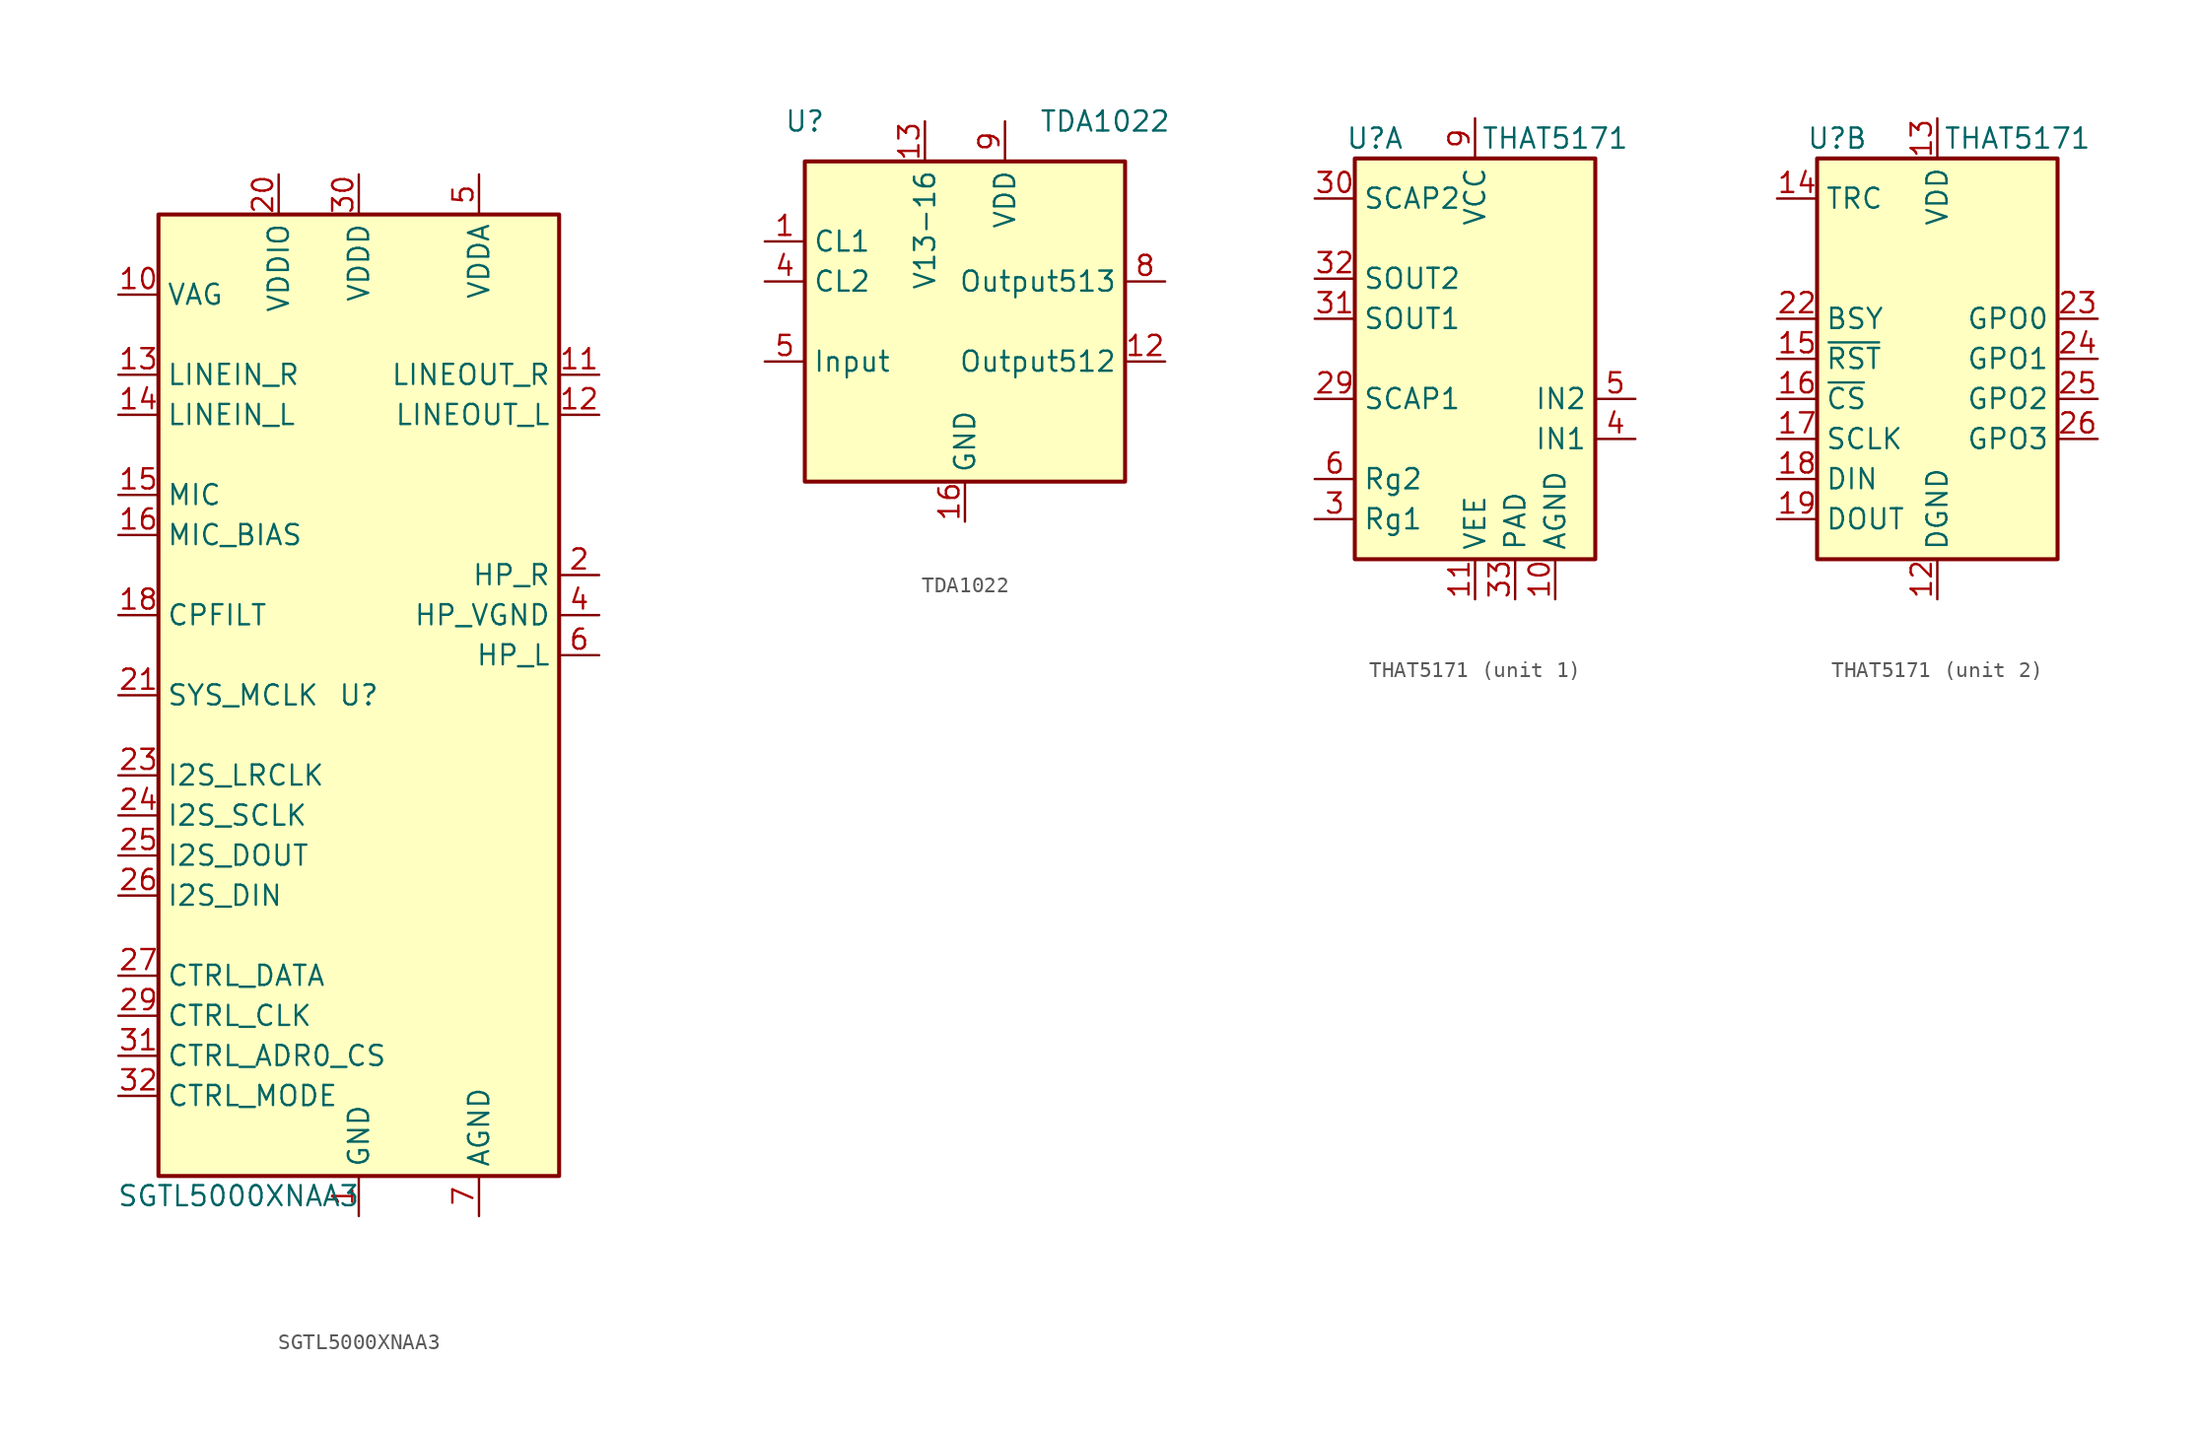
<source format=kicad_sym>
(kicad_symbol_lib
  (version 20200908)
  (generator kicad_symbol_editor)
  (symbol "Audio:SGTL5000XNAA3"
    (property "Reference" "U"
      (at 0 0 0)
      (effects (font (size 1.27 1.27))))
    (property "Value" "SGTL5000XNAA3"
      (at -7.62 -31.75 0)
      (effects (font (size 1.27 1.27))))
    (symbol "SGTL5000XNAA3_0_1"
      (rectangle (start -12.7 30.48) (end 12.7 -30.48) (stroke (width 0.254)) (fill (type background))))
    (symbol "SGTL5000XNAA3_1_1"
      (pin power_in line (at 0 -33.02 90) (length 2.54) (name "GND" (effects (font (size 1.27 1.27)))) (number "1" (effects (font (size 1.27 1.27)))))
      (pin passive line (at -15.24 25.4 0) (length 2.54) (name "VAG" (effects (font (size 1.27 1.27)))) (number "10" (effects (font (size 1.27 1.27)))))
      (pin output line (at 15.24 20.32 180) (length 2.54) (name "LINEOUT_R" (effects (font (size 1.27 1.27)))) (number "11" (effects (font (size 1.27 1.27)))))
      (pin output line (at 15.24 17.78 180) (length 2.54) (name "LINEOUT_L" (effects (font (size 1.27 1.27)))) (number "12" (effects (font (size 1.27 1.27)))))
      (pin input line (at -15.24 20.32 0) (length 2.54) (name "LINEIN_R" (effects (font (size 1.27 1.27)))) (number "13" (effects (font (size 1.27 1.27)))))
      (pin input line (at -15.24 17.78 0) (length 2.54) (name "LINEIN_L" (effects (font (size 1.27 1.27)))) (number "14" (effects (font (size 1.27 1.27)))))
      (pin input line (at -15.24 12.7 0) (length 2.54) (name "MIC" (effects (font (size 1.27 1.27)))) (number "15" (effects (font (size 1.27 1.27)))))
      (pin input line (at -15.24 10.16 0) (length 2.54) (name "MIC_BIAS" (effects (font (size 1.27 1.27)))) (number "16" (effects (font (size 1.27 1.27)))))
      (pin unconnected line (at 10.16 -20.32 0) (length 2.54) hide (name "NC" (effects (font (size 1.27 1.27)))) (number "17" (effects (font (size 1.27 1.27)))))
      (pin input line (at -15.24 5.08 0) (length 2.54) (name "CPFILT" (effects (font (size 1.27 1.27)))) (number "18" (effects (font (size 1.27 1.27)))))
      (pin unconnected line (at 10.16 -2.54 0) (length 2.54) hide (name "NC" (effects (font (size 1.27 1.27)))) (number "19" (effects (font (size 1.27 1.27)))))
      (pin output line (at 15.24 7.62 180) (length 2.54) (name "HP_R" (effects (font (size 1.27 1.27)))) (number "2" (effects (font (size 1.27 1.27)))))
      (pin power_in line (at -5.08 33.02 270) (length 2.54) (name "VDDIO" (effects (font (size 1.27 1.27)))) (number "20" (effects (font (size 1.27 1.27)))))
      (pin input line (at -15.24 0 0) (length 2.54) (name "SYS_MCLK" (effects (font (size 1.27 1.27)))) (number "21" (effects (font (size 1.27 1.27)))))
      (pin unconnected line (at 10.16 -5.08 0) (length 2.54) hide (name "NC" (effects (font (size 1.27 1.27)))) (number "22" (effects (font (size 1.27 1.27)))))
      (pin input line (at -15.24 -5.08 0) (length 2.54) (name "I2S_LRCLK" (effects (font (size 1.27 1.27)))) (number "23" (effects (font (size 1.27 1.27)))))
      (pin input line (at -15.24 -7.62 0) (length 2.54) (name "I2S_SCLK" (effects (font (size 1.27 1.27)))) (number "24" (effects (font (size 1.27 1.27)))))
      (pin output line (at -15.24 -10.16 0) (length 2.54) (name "I2S_DOUT" (effects (font (size 1.27 1.27)))) (number "25" (effects (font (size 1.27 1.27)))))
      (pin input line (at -15.24 -12.7 0) (length 2.54) (name "I2S_DIN" (effects (font (size 1.27 1.27)))) (number "26" (effects (font (size 1.27 1.27)))))
      (pin input line (at -15.24 -17.78 0) (length 2.54) (name "CTRL_DATA" (effects (font (size 1.27 1.27)))) (number "27" (effects (font (size 1.27 1.27)))))
      (pin unconnected line (at 10.16 -7.62 0) (length 2.54) hide (name "NC" (effects (font (size 1.27 1.27)))) (number "28" (effects (font (size 1.27 1.27)))))
      (pin input line (at -15.24 -20.32 0) (length 2.54) (name "CTRL_CLK" (effects (font (size 1.27 1.27)))) (number "29" (effects (font (size 1.27 1.27)))))
      (pin passive line (at 0 -33.02 90) (length 2.54) hide (name "GND" (effects (font (size 1.27 1.27)))) (number "3" (effects (font (size 1.27 1.27)))))
      (pin power_in line (at 0 33.02 270) (length 2.54) (name "VDDD" (effects (font (size 1.27 1.27)))) (number "30" (effects (font (size 1.27 1.27)))))
      (pin input line (at -15.24 -22.86 0) (length 2.54) (name "CTRL_ADR0_CS" (effects (font (size 1.27 1.27)))) (number "31" (effects (font (size 1.27 1.27)))))
      (pin input line (at -15.24 -25.4 0) (length 2.54) (name "CTRL_MODE" (effects (font (size 1.27 1.27)))) (number "32" (effects (font (size 1.27 1.27)))))
      (pin passive line (at 0 -33.02 90) (length 2.54) hide (name "GND" (effects (font (size 1.27 1.27)))) (number "33" (effects (font (size 1.27 1.27)))))
      (pin power_out line (at 15.24 5.08 180) (length 2.54) (name "HP_VGND" (effects (font (size 1.27 1.27)))) (number "4" (effects (font (size 1.27 1.27)))))
      (pin power_in line (at 7.62 33.02 270) (length 2.54) (name "VDDA" (effects (font (size 1.27 1.27)))) (number "5" (effects (font (size 1.27 1.27)))))
      (pin output line (at 15.24 2.54 180) (length 2.54) (name "HP_L" (effects (font (size 1.27 1.27)))) (number "6" (effects (font (size 1.27 1.27)))))
      (pin power_in line (at 7.62 -33.02 90) (length 2.54) (name "AGND" (effects (font (size 1.27 1.27)))) (number "7" (effects (font (size 1.27 1.27)))))
      (pin unconnected line (at 10.16 -15.24 0) (length 2.54) hide (name "NC" (effects (font (size 1.27 1.27)))) (number "8" (effects (font (size 1.27 1.27)))))
      (pin unconnected line (at 10.16 -17.78 0) (length 2.54) hide (name "NC" (effects (font (size 1.27 1.27)))) (number "9" (effects (font (size 1.27 1.27)))))))
  (symbol "Audio:TDA1022"
    (property "Reference" "U"
      (at -10.16 12.7 0)
      (effects (font (size 1.27 1.27))))
    (property "Value" "TDA1022"
      (at 8.89 12.7 0)
      (effects (font (size 1.27 1.27))))
    (symbol "TDA1022_0_1"
      (rectangle (start -10.16 10.16) (end 10.16 -10.16) (stroke (width 0.254)) (fill (type background))))
    (symbol "TDA1022_1_1"
      (pin input line (at -12.7 5.08 0) (length 2.54) (name "CL1" (effects (font (size 1.27 1.27)))) (number "1" (effects (font (size 1.27 1.27)))))
      (pin unconnected line (at 2.54 -12.7 90) (length 2.54) hide (name "NC" (effects (font (size 1.27 1.27)))) (number "10" (effects (font (size 1.27 1.27)))))
      (pin unconnected line (at 5.08 -12.7 90) (length 2.54) hide (name "NC" (effects (font (size 1.27 1.27)))) (number "11" (effects (font (size 1.27 1.27)))))
      (pin output line (at 12.7 -2.54 180) (length 2.54) (name "Output512" (effects (font (size 1.27 1.27)))) (number "12" (effects (font (size 1.27 1.27)))))
      (pin power_in line (at -2.54 12.7 270) (length 2.54) (name "V13-16" (effects (font (size 1.27 1.27)))) (number "13" (effects (font (size 1.27 1.27)))))
      (pin unconnected line (at 12.7 -5.08 180) (length 2.54) hide (name "NC" (effects (font (size 1.27 1.27)))) (number "14" (effects (font (size 1.27 1.27)))))
      (pin unconnected line (at 12.7 -7.62 180) (length 2.54) hide (name "NC" (effects (font (size 1.27 1.27)))) (number "15" (effects (font (size 1.27 1.27)))))
      (pin power_in line (at 0 -12.7 90) (length 2.54) (name "GND" (effects (font (size 1.27 1.27)))) (number "16" (effects (font (size 1.27 1.27)))))
      (pin unconnected line (at -12.7 -5.08 0) (length 2.54) hide (name "NC" (effects (font (size 1.27 1.27)))) (number "2" (effects (font (size 1.27 1.27)))))
      (pin unconnected line (at -12.7 -7.62 0) (length 2.54) hide (name "NC" (effects (font (size 1.27 1.27)))) (number "3" (effects (font (size 1.27 1.27)))))
      (pin input line (at -12.7 2.54 0) (length 2.54) (name "CL2" (effects (font (size 1.27 1.27)))) (number "4" (effects (font (size 1.27 1.27)))))
      (pin input line (at -12.7 -2.54 0) (length 2.54) (name "Input" (effects (font (size 1.27 1.27)))) (number "5" (effects (font (size 1.27 1.27)))))
      (pin unconnected line (at -5.08 -12.7 90) (length 2.54) hide (name "NC" (effects (font (size 1.27 1.27)))) (number "6" (effects (font (size 1.27 1.27)))))
      (pin unconnected line (at -2.54 -12.7 90) (length 2.54) hide (name "NC" (effects (font (size 1.27 1.27)))) (number "7" (effects (font (size 1.27 1.27)))))
      (pin output line (at 12.7 2.54 180) (length 2.54) (name "Output513" (effects (font (size 1.27 1.27)))) (number "8" (effects (font (size 1.27 1.27)))))
      (pin power_in line (at 2.54 12.7 270) (length 2.54) (name "VDD" (effects (font (size 1.27 1.27)))) (number "9" (effects (font (size 1.27 1.27)))))))
  (symbol "Audio:THAT5171"
    (property "Reference" "U"
      (at -6.35 13.97 0)
      (effects (font (size 1.27 1.27))))
    (property "Value" "THAT5171"
      (at 5.08 13.97 0)
      (effects (font (size 1.27 1.27))))
    (property "ki_locked" ""
      (at 0 0 0)
      (effects (font (size 1.27 1.27))))
    (symbol "THAT5171_0_1"
      (rectangle (start -7.62 12.7) (end 7.62 -12.7) (stroke (width 0.254)) (fill (type background))))
    (symbol "THAT5171_1_1"
      (pin unconnected line (at 7.62 10.16 180) (length 2.54) hide (name "NC" (effects (font (size 1.27 1.27)))) (number "1" (effects (font (size 1.27 1.27)))))
      (pin power_in line (at 5.08 -15.24 90) (length 2.54) (name "AGND" (effects (font (size 1.27 1.27)))) (number "10" (effects (font (size 1.27 1.27)))))
      (pin power_in line (at 0 -15.24 90) (length 2.54) (name "VEE" (effects (font (size 1.27 1.27)))) (number "11" (effects (font (size 1.27 1.27)))))
      (pin unconnected line (at 7.62 7.62 180) (length 2.54) hide (name "NC" (effects (font (size 1.27 1.27)))) (number "2" (effects (font (size 1.27 1.27)))))
      (pin unconnected line (at 7.62 0 180) (length 2.54) hide (name "NC" (effects (font (size 1.27 1.27)))) (number "27" (effects (font (size 1.27 1.27)))))
      (pin passive line (at 5.08 -15.24 90) (length 2.54) hide (name "AGND" (effects (font (size 1.27 1.27)))) (number "28" (effects (font (size 1.27 1.27)))))
      (pin passive line (at -10.16 -2.54 0) (length 2.54) (name "SCAP1" (effects (font (size 1.27 1.27)))) (number "29" (effects (font (size 1.27 1.27)))))
      (pin passive line (at -10.16 -10.16 0) (length 2.54) (name "Rg1" (effects (font (size 1.27 1.27)))) (number "3" (effects (font (size 1.27 1.27)))))
      (pin passive line (at -10.16 10.16 0) (length 2.54) (name "SCAP2" (effects (font (size 1.27 1.27)))) (number "30" (effects (font (size 1.27 1.27)))))
      (pin output line (at -10.16 2.54 0) (length 2.54) (name "SOUT1" (effects (font (size 1.27 1.27)))) (number "31" (effects (font (size 1.27 1.27)))))
      (pin output line (at -10.16 5.08 0) (length 2.54) (name "SOUT2" (effects (font (size 1.27 1.27)))) (number "32" (effects (font (size 1.27 1.27)))))
      (pin passive line (at 2.54 -15.24 90) (length 2.54) (name "PAD" (effects (font (size 1.27 1.27)))) (number "33" (effects (font (size 1.27 1.27)))))
      (pin input line (at 10.16 -5.08 180) (length 2.54) (name "IN1" (effects (font (size 1.27 1.27)))) (number "4" (effects (font (size 1.27 1.27)))))
      (pin input line (at 10.16 -2.54 180) (length 2.54) (name "IN2" (effects (font (size 1.27 1.27)))) (number "5" (effects (font (size 1.27 1.27)))))
      (pin passive line (at -10.16 -7.62 0) (length 2.54) (name "Rg2" (effects (font (size 1.27 1.27)))) (number "6" (effects (font (size 1.27 1.27)))))
      (pin unconnected line (at 7.62 5.08 180) (length 2.54) hide (name "NC" (effects (font (size 1.27 1.27)))) (number "7" (effects (font (size 1.27 1.27)))))
      (pin unconnected line (at 7.62 2.54 180) (length 2.54) hide (name "NC" (effects (font (size 1.27 1.27)))) (number "8" (effects (font (size 1.27 1.27)))))
      (pin power_in line (at 0 15.24 270) (length 2.54) (name "VCC" (effects (font (size 1.27 1.27)))) (number "9" (effects (font (size 1.27 1.27))))))
    (symbol "THAT5171_2_1"
      (pin power_in line (at 0 -15.24 90) (length 2.54) (name "DGND" (effects (font (size 1.27 1.27)))) (number "12" (effects (font (size 1.27 1.27)))))
      (pin power_in line (at 0 15.24 270) (length 2.54) (name "VDD" (effects (font (size 1.27 1.27)))) (number "13" (effects (font (size 1.27 1.27)))))
      (pin passive line (at -10.16 10.16 0) (length 2.54) (name "TRC" (effects (font (size 1.27 1.27)))) (number "14" (effects (font (size 1.27 1.27)))))
      (pin input line (at -10.16 0 0) (length 2.54) (name "~RST" (effects (font (size 1.27 1.27)))) (number "15" (effects (font (size 1.27 1.27)))))
      (pin input line (at -10.16 -2.54 0) (length 2.54) (name "~CS" (effects (font (size 1.27 1.27)))) (number "16" (effects (font (size 1.27 1.27)))))
      (pin input line (at -10.16 -5.08 0) (length 2.54) (name "SCLK" (effects (font (size 1.27 1.27)))) (number "17" (effects (font (size 1.27 1.27)))))
      (pin input line (at -10.16 -7.62 0) (length 2.54) (name "DIN" (effects (font (size 1.27 1.27)))) (number "18" (effects (font (size 1.27 1.27)))))
      (pin tri_state line (at -10.16 -10.16 0) (length 2.54) (name "DOUT" (effects (font (size 1.27 1.27)))) (number "19" (effects (font (size 1.27 1.27)))))
      (pin passive line (at 0 -15.24 90) (length 2.54) hide (name "DGND" (effects (font (size 1.27 1.27)))) (number "20" (effects (font (size 1.27 1.27)))))
      (pin passive line (at 0 15.24 270) (length 2.54) hide (name "VDD" (effects (font (size 1.27 1.27)))) (number "21" (effects (font (size 1.27 1.27)))))
      (pin output line (at -10.16 2.54 0) (length 2.54) (name "BSY" (effects (font (size 1.27 1.27)))) (number "22" (effects (font (size 1.27 1.27)))))
      (pin bidirectional line (at 10.16 2.54 180) (length 2.54) (name "GPO0" (effects (font (size 1.27 1.27)))) (number "23" (effects (font (size 1.27 1.27)))))
      (pin bidirectional line (at 10.16 0 180) (length 2.54) (name "GPO1" (effects (font (size 1.27 1.27)))) (number "24" (effects (font (size 1.27 1.27)))))
      (pin bidirectional line (at 10.16 -2.54 180) (length 2.54) (name "GPO2" (effects (font (size 1.27 1.27)))) (number "25" (effects (font (size 1.27 1.27)))))
      (pin bidirectional line (at 10.16 -5.08 180) (length 2.54) (name "GPO3" (effects (font (size 1.27 1.27)))) (number "26" (effects (font (size 1.27 1.27))))))))
</source>
